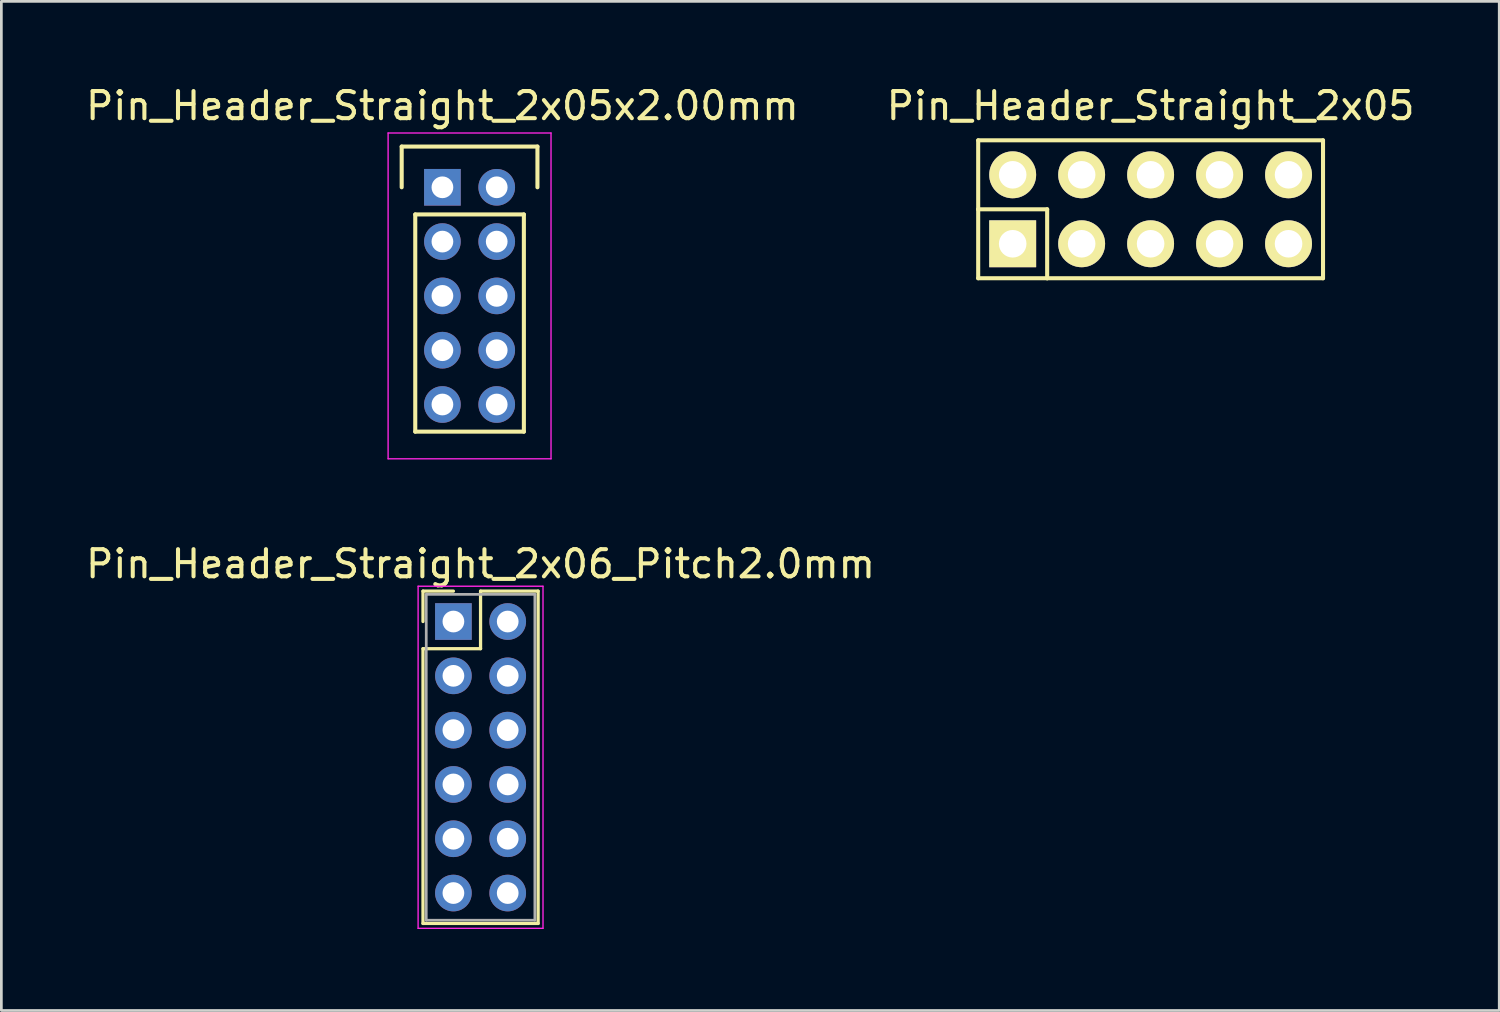
<source format=kicad_pcb>
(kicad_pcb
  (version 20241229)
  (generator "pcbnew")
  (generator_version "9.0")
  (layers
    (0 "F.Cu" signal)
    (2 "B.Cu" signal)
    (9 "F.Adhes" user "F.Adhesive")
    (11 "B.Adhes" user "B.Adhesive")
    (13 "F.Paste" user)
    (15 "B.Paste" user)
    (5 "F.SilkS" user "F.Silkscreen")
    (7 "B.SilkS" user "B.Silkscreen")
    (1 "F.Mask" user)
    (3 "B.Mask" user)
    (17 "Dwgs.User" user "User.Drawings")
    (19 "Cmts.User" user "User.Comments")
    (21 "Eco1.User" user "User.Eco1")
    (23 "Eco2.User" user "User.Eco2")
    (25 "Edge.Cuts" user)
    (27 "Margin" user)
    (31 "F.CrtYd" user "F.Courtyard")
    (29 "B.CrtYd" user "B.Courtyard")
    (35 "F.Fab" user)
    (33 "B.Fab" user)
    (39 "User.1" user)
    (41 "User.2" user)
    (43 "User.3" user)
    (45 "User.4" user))
  (footprint "Pin_Header_Straight_2x05x2.00mm"
    (layer "F.Cu")
    (at 13.244 3.848)
    (property "Reference" "Pin_Header_Straight_2x05x2.00mm" (at 0 -3 0) (layer "F.SilkS") (effects (font (size 1 1) (thickness 0.15))))
    (attr through_hole)
    (fp_line (start -1.5 -1.5) (end 3.5 -1.5) (stroke (width 0.15) (type solid)) (layer "F.SilkS"))
    (fp_line (start -1.5 0) (end -1.5 -1.5) (stroke (width 0.15) (type solid)) (layer "F.SilkS"))
    (fp_line (start -1 1) (end 3 1) (stroke (width 0.15) (type solid)) (layer "F.SilkS"))
    (fp_line (start -1 9) (end -1 1) (stroke (width 0.15) (type solid)) (layer "F.SilkS"))
    (fp_line (start 3 1) (end 3 9) (stroke (width 0.15) (type solid)) (layer "F.SilkS"))
    (fp_line (start 3 9) (end -1 9) (stroke (width 0.15) (type solid)) (layer "F.SilkS"))
    (fp_line (start 3.5 -1.5) (end 3.5 0) (stroke (width 0.15) (type solid)) (layer "F.SilkS"))
    (fp_line (start -2 -2) (end 4 -2) (stroke (width 0.05) (type solid)) (layer "F.CrtYd"))
    (fp_line (start -2 10) (end -2 -2) (stroke (width 0.05) (type solid)) (layer "F.CrtYd"))
    (fp_line (start 4 -2) (end 4 10) (stroke (width 0.05) (type solid)) (layer "F.CrtYd"))
    (fp_line (start 4 10) (end -2 10) (stroke (width 0.05) (type solid)) (layer "F.CrtYd"))
    (pad "1" thru_hole rect (at 0 0) (size 1.35 1.35) (drill 0.8) (layers "*.Cu" "*.Mask"))
    (pad "2" thru_hole circle (at 2 0) (size 1.35 1.35) (drill 0.8) (layers "*.Cu" "*.Mask"))
    (pad "3" thru_hole circle (at 0 2) (size 1.35 1.35) (drill 0.8) (layers "*.Cu" "*.Mask"))
    (pad "4" thru_hole circle (at 2 2) (size 1.35 1.35) (drill 0.8) (layers "*.Cu" "*.Mask"))
    (pad "5" thru_hole circle (at 0 4) (size 1.35 1.35) (drill 0.8) (layers "*.Cu" "*.Mask"))
    (pad "6" thru_hole circle (at 2 4) (size 1.35 1.35) (drill 0.8) (layers "*.Cu" "*.Mask"))
    (pad "7" thru_hole circle (at 0 6) (size 1.35 1.35) (drill 0.8) (layers "*.Cu" "*.Mask"))
    (pad "8" thru_hole circle (at 2 6) (size 1.35 1.35) (drill 0.8) (layers "*.Cu" "*.Mask"))
    (pad "9" thru_hole circle (at 0 8) (size 1.35 1.35) (drill 0.8) (layers "*.Cu" "*.Mask"))
    (pad "10" thru_hole circle (at 2 8) (size 1.35 1.35) (drill 0.8) (layers "*.Cu" "*.Mask")))
  (footprint "Pin_Header_Straight_2x05"
    (layer "F.Cu")
    (at 39.327 4.658)
    (property "Reference" "Pin_Header_Straight_2x05" (at 0 -3.81 0) (layer "F.SilkS") (effects (font (size 1 1) (thickness 0.15))))
    (attr through_hole)
    (fp_line (start -6.35 -2.54) (end -6.35 0) (stroke (width 0.15) (type solid)) (layer "F.SilkS"))
    (fp_line (start -6.35 -2.54) (end 6.35 -2.54) (stroke (width 0.15) (type solid)) (layer "F.SilkS"))
    (fp_line (start -6.35 0) (end -3.81 0) (stroke (width 0.15) (type solid)) (layer "F.SilkS"))
    (fp_line (start -6.35 2.54) (end -6.35 0) (stroke (width 0.15) (type solid)) (layer "F.SilkS"))
    (fp_line (start -6.35 2.54) (end -3.81 2.54) (stroke (width 0.15) (type solid)) (layer "F.SilkS"))
    (fp_line (start -3.81 0) (end -3.81 2.54) (stroke (width 0.15) (type solid)) (layer "F.SilkS"))
    (fp_line (start 6.35 -2.54) (end 6.35 2.54) (stroke (width 0.15) (type solid)) (layer "F.SilkS"))
    (fp_line (start 6.35 2.54) (end -3.81 2.54) (stroke (width 0.15) (type solid)) (layer "F.SilkS"))
    (pad "1" thru_hole rect (at -5.08 1.27) (size 1.727 1.727) (drill 1.016) (layers "*.Cu" "*.Mask" "F.SilkS"))
    (pad "2" thru_hole oval (at -5.08 -1.27) (size 1.727 1.727) (drill 1.016) (layers "*.Cu" "*.Mask" "F.SilkS"))
    (pad "3" thru_hole oval (at -2.54 1.27) (size 1.727 1.727) (drill 1.016) (layers "*.Cu" "*.Mask" "F.SilkS"))
    (pad "4" thru_hole oval (at -2.54 -1.27) (size 1.727 1.727) (drill 1.016) (layers "*.Cu" "*.Mask" "F.SilkS"))
    (pad "5" thru_hole oval (at 0 1.27) (size 1.727 1.727) (drill 1.016) (layers "*.Cu" "*.Mask" "F.SilkS"))
    (pad "6" thru_hole oval (at 0 -1.27) (size 1.727 1.727) (drill 1.016) (layers "*.Cu" "*.Mask" "F.SilkS"))
    (pad "7" thru_hole oval (at 2.54 1.27) (size 1.727 1.727) (drill 1.016) (layers "*.Cu" "*.Mask" "F.SilkS"))
    (pad "8" thru_hole oval (at 2.54 -1.27) (size 1.727 1.727) (drill 1.016) (layers "*.Cu" "*.Mask" "F.SilkS"))
    (pad "9" thru_hole oval (at 5.08 1.27) (size 1.727 1.727) (drill 1.016) (layers "*.Cu" "*.Mask" "F.SilkS"))
    (pad "10" thru_hole oval (at 5.08 -1.27) (size 1.727 1.727) (drill 1.016) (layers "*.Cu" "*.Mask" "F.SilkS")))
  (footprint "Pin_Header_Straight_2x06_Pitch2.0mm"
    (layer "F.Cu")
    (at 13.649 19.841)
    (property "Reference" "Pin_Header_Straight_2x06_Pitch2.0mm" (at 1 -2.12 0) (layer "F.SilkS") (effects (font (size 1 1) (thickness 0.15))))
    (attr through_hole)
    (fp_line (start -1.12 -1.12) (end 0 -1.12) (stroke (width 0.12) (type solid)) (layer "F.SilkS"))
    (fp_line (start -1.12 0) (end -1.12 -1.12) (stroke (width 0.12) (type solid)) (layer "F.SilkS"))
    (fp_line (start -1.12 1) (end -1.12 11.12) (stroke (width 0.12) (type solid)) (layer "F.SilkS"))
    (fp_line (start -1.12 11.12) (end 3.12 11.12) (stroke (width 0.12) (type solid)) (layer "F.SilkS"))
    (fp_line (start 1 -1.12) (end 1 1) (stroke (width 0.12) (type solid)) (layer "F.SilkS"))
    (fp_line (start 1 1) (end -1.12 1) (stroke (width 0.12) (type solid)) (layer "F.SilkS"))
    (fp_line (start 3.12 -1.12) (end 1 -1.12) (stroke (width 0.12) (type solid)) (layer "F.SilkS"))
    (fp_line (start 3.12 11.12) (end 3.12 -1.12) (stroke (width 0.12) (type solid)) (layer "F.SilkS"))
    (fp_line (start -1.3 -1.3) (end -1.3 11.3) (stroke (width 0.05) (type solid)) (layer "F.CrtYd"))
    (fp_line (start -1.3 11.3) (end 3.3 11.3) (stroke (width 0.05) (type solid)) (layer "F.CrtYd"))
    (fp_line (start 3.3 -1.3) (end -1.3 -1.3) (stroke (width 0.05) (type solid)) (layer "F.CrtYd"))
    (fp_line (start 3.3 11.3) (end 3.3 -1.3) (stroke (width 0.05) (type solid)) (layer "F.CrtYd"))
    (fp_line (start -1 -1) (end -1 11) (stroke (width 0.1) (type solid)) (layer "F.Fab"))
    (fp_line (start -1 11) (end 3 11) (stroke (width 0.1) (type solid)) (layer "F.Fab"))
    (fp_line (start 3 -1) (end -1 -1) (stroke (width 0.1) (type solid)) (layer "F.Fab"))
    (fp_line (start 3 11) (end 3 -1) (stroke (width 0.1) (type solid)) (layer "F.Fab"))
    (pad "1" thru_hole rect (at 0 0) (size 1.35 1.35) (drill 0.8) (layers "*.Cu" "*.Mask"))
    (pad "2" thru_hole oval (at 2 0) (size 1.35 1.35) (drill 0.8) (layers "*.Cu" "*.Mask"))
    (pad "3" thru_hole oval (at 0 2) (size 1.35 1.35) (drill 0.8) (layers "*.Cu" "*.Mask"))
    (pad "4" thru_hole oval (at 2 2) (size 1.35 1.35) (drill 0.8) (layers "*.Cu" "*.Mask"))
    (pad "5" thru_hole oval (at 0 4) (size 1.35 1.35) (drill 0.8) (layers "*.Cu" "*.Mask"))
    (pad "6" thru_hole oval (at 2 4) (size 1.35 1.35) (drill 0.8) (layers "*.Cu" "*.Mask"))
    (pad "7" thru_hole oval (at 0 6) (size 1.35 1.35) (drill 0.8) (layers "*.Cu" "*.Mask"))
    (pad "8" thru_hole oval (at 2 6) (size 1.35 1.35) (drill 0.8) (layers "*.Cu" "*.Mask"))
    (pad "9" thru_hole oval (at 0 8) (size 1.35 1.35) (drill 0.8) (layers "*.Cu" "*.Mask"))
    (pad "10" thru_hole oval (at 2 8) (size 1.35 1.35) (drill 0.8) (layers "*.Cu" "*.Mask"))
    (pad "11" thru_hole oval (at 0 10) (size 1.35 1.35) (drill 0.8) (layers "*.Cu" "*.Mask"))
    (pad "12" thru_hole oval (at 2 10) (size 1.35 1.35) (drill 0.8) (layers "*.Cu" "*.Mask")))
  (gr_rect
    (start -3 -3)
    (end 52.167 34.166)
    (stroke (width 0.1) (type default))
    (fill no)
    (layer "Edge.Cuts")))
</source>
